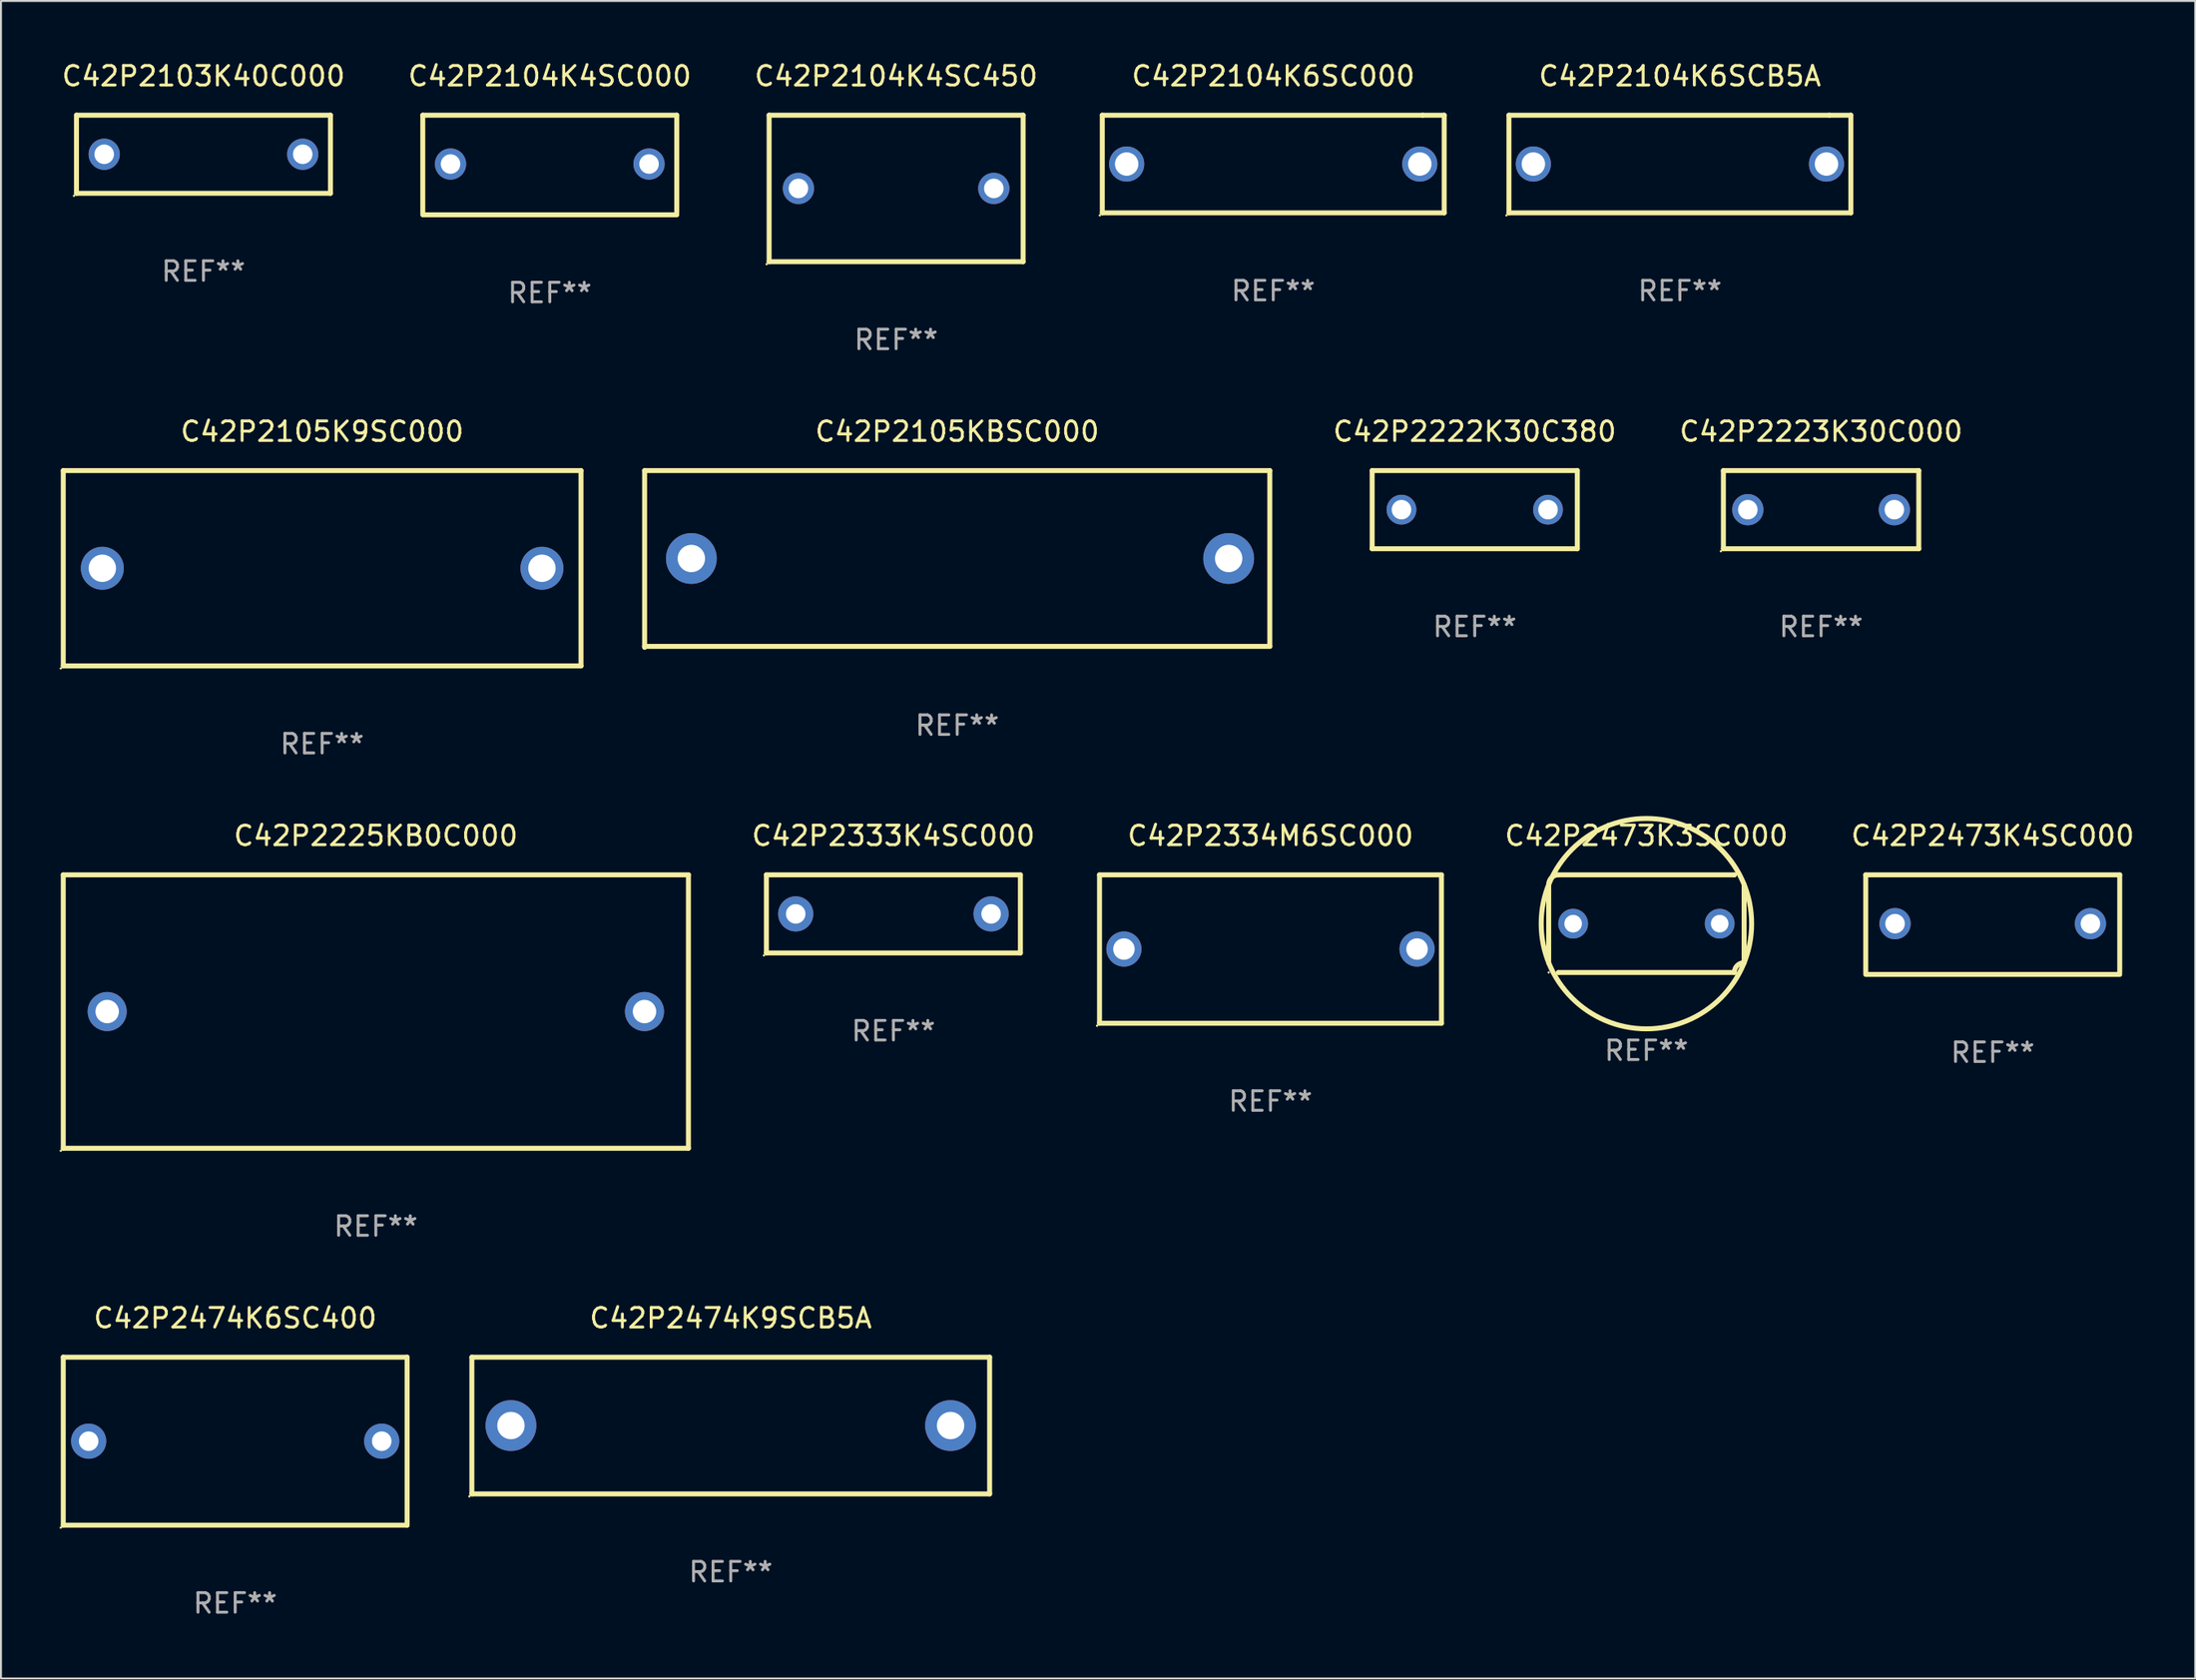
<source format=kicad_pcb>
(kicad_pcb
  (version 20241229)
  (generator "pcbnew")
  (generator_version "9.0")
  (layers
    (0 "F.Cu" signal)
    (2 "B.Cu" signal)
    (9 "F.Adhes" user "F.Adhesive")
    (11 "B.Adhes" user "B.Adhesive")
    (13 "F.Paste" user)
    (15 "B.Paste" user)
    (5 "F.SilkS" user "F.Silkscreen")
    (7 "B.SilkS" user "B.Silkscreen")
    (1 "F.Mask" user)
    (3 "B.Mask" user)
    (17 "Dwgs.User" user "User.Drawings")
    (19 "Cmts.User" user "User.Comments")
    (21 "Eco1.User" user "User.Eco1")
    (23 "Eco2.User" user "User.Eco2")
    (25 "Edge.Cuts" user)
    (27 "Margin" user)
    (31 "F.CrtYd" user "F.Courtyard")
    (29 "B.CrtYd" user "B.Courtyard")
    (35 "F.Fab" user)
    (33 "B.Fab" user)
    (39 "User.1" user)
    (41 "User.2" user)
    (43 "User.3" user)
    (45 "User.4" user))
  (footprint "C42P2334M6SC000"
    (layer "F.Cu")
    (at 61.976 45.541)
    (property "Reference" "C42P2334M6SC000" (at 0 -5.8 0) (layer "F.SilkS") (effects (font (size 1 1) (thickness 0.15))))
    (attr through_hole)
    (fp_line (start -8.75 -3.8) (end 8.75 -3.8) (stroke (width 0.254) (type solid)) (layer "F.SilkS"))
    (fp_line (start -8.75 3.8) (end -8.75 -3.8) (stroke (width 0.254) (type solid)) (layer "F.SilkS"))
    (fp_line (start 8.75 -3.8) (end 8.75 3.8) (stroke (width 0.254) (type solid)) (layer "F.SilkS"))
    (fp_line (start 8.75 3.8) (end -8.75 3.8) (stroke (width 0.254) (type solid)) (layer "F.SilkS"))
    (fp_circle (center -8.877 3.927) (end -8.847 3.927) (stroke (width 0.06) (type solid)) (fill no) (layer "F.SilkS"))
    (fp_text user "REF**" (at 0 7.8 0) (layer "F.Fab") (effects (font (size 1 1) (thickness 0.15))))
    (pad "1" thru_hole circle (at -7.501 0) (size 1.8 1.8) (drill 1.1) (layers "*.Cu" "*.Mask"))
    (pad "2" thru_hole circle (at 7.501 0) (size 1.8 1.8) (drill 1.1) (layers "*.Cu" "*.Mask")))
  (footprint "C42P2223K30C000"
    (layer "F.Cu")
    (at 90.156 23.045)
    (property "Reference" "C42P2223K30C000" (at 0 -4 0) (layer "F.SilkS") (effects (font (size 1 1) (thickness 0.15))))
    (attr through_hole)
    (fp_line (start -5 -2) (end 5 -2) (stroke (width 0.254) (type solid)) (layer "F.SilkS"))
    (fp_line (start -5 2) (end -5 -2) (stroke (width 0.254) (type solid)) (layer "F.SilkS"))
    (fp_line (start 5 -2) (end 5 2) (stroke (width 0.254) (type solid)) (layer "F.SilkS"))
    (fp_line (start 5 2) (end -5 2) (stroke (width 0.254) (type solid)) (layer "F.SilkS"))
    (fp_circle (center -5.127 2.127) (end -5.097 2.127) (stroke (width 0.06) (type solid)) (fill no) (layer "F.SilkS"))
    (fp_text user "REF**" (at 0 6 0) (layer "F.Fab") (effects (font (size 1 1) (thickness 0.15))))
    (pad "1" thru_hole circle (at -3.75 0) (size 1.6 1.6) (drill 1) (layers "*.Cu" "*.Mask"))
    (pad "2" thru_hole circle (at 3.75 0) (size 1.6 1.6) (drill 1) (layers "*.Cu" "*.Mask")))
  (footprint "C42P2105K9SC000"
    (layer "F.Cu")
    (at 13.437 26.045)
    (property "Reference" "C42P2105K9SC000" (at 0 -7 0) (layer "F.SilkS") (effects (font (size 1 1) (thickness 0.15))))
    (attr through_hole)
    (fp_line (start -13.25 -5) (end 13.25 -5) (stroke (width 0.254) (type solid)) (layer "F.SilkS"))
    (fp_line (start -13.25 5) (end -13.25 -5) (stroke (width 0.254) (type solid)) (layer "F.SilkS"))
    (fp_line (start 13.25 -5) (end 13.25 5) (stroke (width 0.254) (type solid)) (layer "F.SilkS"))
    (fp_line (start 13.25 5) (end -13.25 5) (stroke (width 0.254) (type solid)) (layer "F.SilkS"))
    (fp_circle (center -13.377 5.127) (end -13.347 5.127) (stroke (width 0.06) (type solid)) (fill no) (layer "F.SilkS"))
    (fp_text user "REF**" (at 0 9 0) (layer "F.Fab") (effects (font (size 1 1) (thickness 0.15))))
    (pad "1" thru_hole circle (at -11.25 0) (size 2.2 2.2) (drill 1.4) (layers "*.Cu" "*.Mask"))
    (pad "2" thru_hole circle (at 11.25 0) (size 2.2 2.2) (drill 1.4) (layers "*.Cu" "*.Mask")))
  (footprint "C42P2104K4SC450"
    (layer "F.Cu")
    (at 42.815 6.598)
    (property "Reference" "C42P2104K4SC450" (at 0 -5.75 0) (layer "F.SilkS") (effects (font (size 1 1) (thickness 0.15))))
    (attr through_hole)
    (fp_line (start -6.5 -3.75) (end 6.5 -3.75) (stroke (width 0.254) (type solid)) (layer "F.SilkS"))
    (fp_line (start -6.5 3.75) (end -6.5 -3.75) (stroke (width 0.254) (type solid)) (layer "F.SilkS"))
    (fp_line (start 6.5 -3.75) (end 6.5 3.75) (stroke (width 0.254) (type solid)) (layer "F.SilkS"))
    (fp_line (start 6.5 3.75) (end -6.5 3.75) (stroke (width 0.254) (type solid)) (layer "F.SilkS"))
    (fp_circle (center -6.627 3.877) (end -6.597 3.877) (stroke (width 0.06) (type solid)) (fill no) (layer "F.SilkS"))
    (fp_text user "REF**" (at 0 7.75 0) (layer "F.Fab") (effects (font (size 1 1) (thickness 0.15))))
    (pad "1" thru_hole circle (at -5 0) (size 1.6 1.6) (drill 1) (layers "*.Cu" "*.Mask"))
    (pad "2" thru_hole circle (at 5 0) (size 1.6 1.6) (drill 1) (layers "*.Cu" "*.Mask")))
  (footprint "C42P2225KB0C000"
    (layer "F.Cu")
    (at 16.186 48.741)
    (property "Reference" "C42P2225KB0C000" (at 0 -9 0) (layer "F.SilkS") (effects (font (size 1 1) (thickness 0.15))))
    (attr through_hole)
    (fp_line (start -15.999 -7) (end -15.999 7) (stroke (width 0.254) (type solid)) (layer "F.SilkS"))
    (fp_line (start -15.999 -7) (end 15.999 -7) (stroke (width 0.254) (type solid)) (layer "F.SilkS"))
    (fp_line (start 15.999 -7) (end 15.999 7) (stroke (width 0.254) (type solid)) (layer "F.SilkS"))
    (fp_line (start 15.999 7) (end -15.999 7) (stroke (width 0.254) (type solid)) (layer "F.SilkS"))
    (fp_circle (center -16.126 7.127) (end -16.096 7.127) (stroke (width 0.06) (type solid)) (fill no) (layer "F.SilkS"))
    (fp_text user "REF**" (at 0 11 0) (layer "F.Fab") (effects (font (size 1 1) (thickness 0.15))))
    (pad "1" thru_hole circle (at -13.75 0) (size 2 2) (drill 1.2) (layers "*.Cu" "*.Mask"))
    (pad "2" thru_hole circle (at 13.75 0) (size 2 2) (drill 1.2) (layers "*.Cu" "*.Mask")))
  (footprint "C42P2104K4SC000"
    (layer "F.Cu")
    (at 25.089 5.398)
    (property "Reference" "C42P2104K4SC000" (at 0 -4.55 0) (layer "F.SilkS") (effects (font (size 1 1) (thickness 0.15))))
    (attr through_hole)
    (fp_line (start -6.5 -2.55) (end 6.5 -2.55) (stroke (width 0.254) (type solid)) (layer "F.SilkS"))
    (fp_line (start -6.5 2.45) (end -6.5 -2.55) (stroke (width 0.254) (type solid)) (layer "F.SilkS"))
    (fp_line (start 6.5 -2.55) (end 6.5 2.45) (stroke (width 0.254) (type solid)) (layer "F.SilkS"))
    (fp_line (start 6.5 2.55) (end -6.5 2.55) (stroke (width 0.254) (type solid)) (layer "F.SilkS"))
    (fp_circle (center -6.5 2.45) (end -6.47 2.45) (stroke (width 0.06) (type solid)) (fill no) (layer "F.SilkS"))
    (fp_text user "REF**" (at 0 6.55 0) (layer "F.Fab") (effects (font (size 1 1) (thickness 0.15))))
    (pad "1" thru_hole circle (at -5.08 -0.05) (size 1.6 1.6) (drill 1) (layers "*.Cu" "*.Mask"))
    (pad "2" thru_hole circle (at 5.08 -0.05) (size 1.6 1.6) (drill 1) (layers "*.Cu" "*.Mask")))
  (footprint "C42P2474K9SCB5A"
    (layer "F.Cu")
    (at 34.351 69.938)
    (property "Reference" "C42P2474K9SCB5A" (at 0 -5.5 0) (layer "F.SilkS") (effects (font (size 1 1) (thickness 0.15))))
    (attr through_hole)
    (fp_line (start -13.25 -3.5) (end 13.25 -3.5) (stroke (width 0.254) (type solid)) (layer "F.SilkS"))
    (fp_line (start -13.25 3.5) (end -13.25 -3.5) (stroke (width 0.254) (type solid)) (layer "F.SilkS"))
    (fp_line (start 13.25 -3.5) (end 13.25 3.5) (stroke (width 0.254) (type solid)) (layer "F.SilkS"))
    (fp_line (start 13.25 3.5) (end -13.25 3.5) (stroke (width 0.254) (type solid)) (layer "F.SilkS"))
    (fp_circle (center -13.377 3.627) (end -13.347 3.627) (stroke (width 0.06) (type solid)) (fill no) (layer "F.SilkS"))
    (fp_text user "REF**" (at 0 7.5 0) (layer "F.Fab") (effects (font (size 1 1) (thickness 0.15))))
    (pad "1" thru_hole circle (at -11.25 0) (size 2.6 2.6) (drill 1.4) (layers "*.Cu" "*.Mask"))
    (pad "2" thru_hole circle (at 11.25 0) (size 2.6 2.6) (drill 1.4) (layers "*.Cu" "*.Mask")))
  (footprint "C42P2333K4SC000"
    (layer "F.Cu")
    (at 42.676 43.741)
    (property "Reference" "C42P2333K4SC000" (at 0 -4 0) (layer "F.SilkS") (effects (font (size 1 1) (thickness 0.15))))
    (attr through_hole)
    (fp_line (start -6.5 -2) (end 6.5 -2) (stroke (width 0.254) (type solid)) (layer "F.SilkS"))
    (fp_line (start -6.5 2) (end -6.5 -2) (stroke (width 0.254) (type solid)) (layer "F.SilkS"))
    (fp_line (start 6.5 -2) (end 6.5 2) (stroke (width 0.254) (type solid)) (layer "F.SilkS"))
    (fp_line (start 6.5 2) (end -6.5 2) (stroke (width 0.254) (type solid)) (layer "F.SilkS"))
    (fp_circle (center -6.627 2.127) (end -6.597 2.127) (stroke (width 0.06) (type solid)) (fill no) (layer "F.SilkS"))
    (fp_text user "REF**" (at 0 6 0) (layer "F.Fab") (effects (font (size 1 1) (thickness 0.15))))
    (pad "1" thru_hole circle (at -5 0) (size 1.8 1.8) (drill 1) (layers "*.Cu" "*.Mask"))
    (pad "2" thru_hole circle (at 5 0) (size 1.8 1.8) (drill 1) (layers "*.Cu" "*.Mask")))
  (footprint "C42P2474K6SC400"
    (layer "F.Cu")
    (at 8.987 70.738)
    (property "Reference" "C42P2474K6SC400" (at 0 -6.3 0) (layer "F.SilkS") (effects (font (size 1 1) (thickness 0.15))))
    (attr through_hole)
    (fp_line (start -8.8 -4.3) (end -8.8 4.3) (stroke (width 0.254) (type solid)) (layer "F.SilkS"))
    (fp_line (start -8.8 -4.3) (end 8.8 -4.3) (stroke (width 0.254) (type solid)) (layer "F.SilkS"))
    (fp_line (start -8.8 4.3) (end 8.8 4.3) (stroke (width 0.254) (type solid)) (layer "F.SilkS"))
    (fp_line (start 8.8 -4.3) (end 8.8 4.3) (stroke (width 0.254) (type solid)) (layer "F.SilkS"))
    (fp_circle (center -8.927 4.427) (end -8.897 4.427) (stroke (width 0.06) (type solid)) (fill no) (layer "F.SilkS"))
    (fp_text user "REF**" (at 0 8.3 0) (layer "F.Fab") (effects (font (size 1 1) (thickness 0.15))))
    (pad "1" thru_hole circle (at -7.5 0) (size 1.8 1.8) (drill 1) (layers "*.Cu" "*.Mask"))
    (pad "2" thru_hole circle (at 7.5 0) (size 1.8 1.8) (drill 1) (layers "*.Cu" "*.Mask")))
  (footprint "C42P2222K30C380"
    (layer "F.Cu")
    (at 72.43 23.045)
    (property "Reference" "C42P2222K30C380" (at 0 -4 0) (layer "F.SilkS") (effects (font (size 1 1) (thickness 0.15))))
    (attr through_hole)
    (fp_line (start -5.25 -2) (end 5.25 -2) (stroke (width 0.254) (type solid)) (layer "F.SilkS"))
    (fp_line (start -5.25 2) (end -5.25 -2) (stroke (width 0.254) (type solid)) (layer "F.SilkS"))
    (fp_line (start 5.25 -2) (end 5.25 2) (stroke (width 0.254) (type solid)) (layer "F.SilkS"))
    (fp_line (start 5.25 2) (end -5.25 2) (stroke (width 0.254) (type solid)) (layer "F.SilkS"))
    (fp_circle (center -5.25 2) (end -5.22 2) (stroke (width 0.06) (type solid)) (fill no) (layer "F.SilkS"))
    (fp_text user "REF**" (at 0 6 0) (layer "F.Fab") (effects (font (size 1 1) (thickness 0.15))))
    (pad "1" thru_hole circle (at -3.75 0) (size 1.524 1.524) (drill 1) (layers "*.Cu" "*.Mask"))
    (pad "2" thru_hole circle (at 3.75 0) (size 1.524 1.524) (drill 1) (layers "*.Cu" "*.Mask")))
  (footprint "C42P2104K6SC000"
    (layer "F.Cu")
    (at 62.116 5.348)
    (property "Reference" "C42P2104K6SC000" (at 0 -4.5 0) (layer "F.SilkS") (effects (font (size 1 1) (thickness 0.15))))
    (attr through_hole)
    (fp_line (start -8.75 -2.499) (end 7.653 -2.499) (stroke (width 0.254) (type solid)) (layer "F.SilkS"))
    (fp_line (start -8.75 2.5) (end -8.75 -2.5) (stroke (width 0.254) (type solid)) (layer "F.SilkS"))
    (fp_line (start 7.653 -2.499) (end 8.75 -2.499) (stroke (width 0.254) (type solid)) (layer "F.SilkS"))
    (fp_line (start 8.75 -2.5) (end 8.75 2.5) (stroke (width 0.254) (type solid)) (layer "F.SilkS"))
    (fp_line (start 8.75 2.5) (end -8.75 2.5) (stroke (width 0.254) (type solid)) (layer "F.SilkS"))
    (fp_circle (center -8.877 2.627) (end -8.847 2.627) (stroke (width 0.06) (type solid)) (fill no) (layer "F.SilkS"))
    (fp_text user "REF**" (at 0 6.5 0) (layer "F.Fab") (effects (font (size 1 1) (thickness 0.15))))
    (pad "1" thru_hole circle (at -7.501 0) (size 1.8 1.8) (drill 1.2) (layers "*.Cu" "*.Mask"))
    (pad "2" thru_hole circle (at 7.501 0) (size 1.8 1.8) (drill 1.2) (layers "*.Cu" "*.Mask")))
  (footprint "C42P2103K40C000"
    (layer "F.Cu")
    (at 7.363 4.848)
    (property "Reference" "C42P2103K40C000" (at 0 -4 0) (layer "F.SilkS") (effects (font (size 1 1) (thickness 0.15))))
    (attr through_hole)
    (fp_line (start -6.5 -2) (end 6.5 -2) (stroke (width 0.254) (type solid)) (layer "F.SilkS"))
    (fp_line (start -6.5 2) (end -6.5 -2) (stroke (width 0.254) (type solid)) (layer "F.SilkS"))
    (fp_line (start 6.5 -2) (end 6.5 2) (stroke (width 0.254) (type solid)) (layer "F.SilkS"))
    (fp_line (start 6.5 2) (end -6.5 2) (stroke (width 0.254) (type solid)) (layer "F.SilkS"))
    (fp_circle (center -6.627 2.127) (end -6.597 2.127) (stroke (width 0.06) (type solid)) (fill no) (layer "F.SilkS"))
    (fp_text user "REF**" (at 0 6 0) (layer "F.Fab") (effects (font (size 1 1) (thickness 0.15))))
    (pad "1" thru_hole circle (at -5.08 0) (size 1.6 1.6) (drill 1) (layers "*.Cu" "*.Mask"))
    (pad "2" thru_hole circle (at 5.08 0) (size 1.6 1.6) (drill 1) (layers "*.Cu" "*.Mask")))
  (footprint "C42P2105KBSC000"
    (layer "F.Cu")
    (at 45.941 25.57)
    (property "Reference" "C42P2105KBSC000" (at 0 -6.525 0) (layer "F.SilkS") (effects (font (size 1 1) (thickness 0.15))))
    (attr through_hole)
    (fp_line (start -15.999 -4.525) (end -15.999 4.525) (stroke (width 0.254) (type solid)) (layer "F.SilkS"))
    (fp_line (start -15.999 -4.525) (end 15.999 -4.525) (stroke (width 0.254) (type solid)) (layer "F.SilkS"))
    (fp_line (start 15.999 -4.525) (end 15.999 4.475) (stroke (width 0.254) (type solid)) (layer "F.SilkS"))
    (fp_line (start 15.999 4.475) (end -15.999 4.475) (stroke (width 0.254) (type solid)) (layer "F.SilkS"))
    (fp_circle (center -15.983 4.475) (end -15.953 4.475) (stroke (width 0.06) (type solid)) (fill no) (layer "F.SilkS"))
    (fp_text user "REF**" (at 0 8.525 0) (layer "F.Fab") (effects (font (size 1 1) (thickness 0.15))))
    (pad "1" thru_hole circle (at -13.606 -0.025) (size 2.6 2.6) (drill 1.4) (layers "*.Cu" "*.Mask"))
    (pad "2" thru_hole circle (at 13.894 -0.025) (size 2.6 2.6) (drill 1.4) (layers "*.Cu" "*.Mask")))
  (footprint "C42P2473K4SC000"
    (layer "F.Cu")
    (at 98.942 44.291)
    (property "Reference" "C42P2473K4SC000" (at 0 -4.55 0) (layer "F.SilkS") (effects (font (size 1 1) (thickness 0.15))))
    (attr through_hole)
    (fp_line (start -6.5 -2.55) (end 6.5 -2.55) (stroke (width 0.254) (type solid)) (layer "F.SilkS"))
    (fp_line (start -6.5 2.45) (end -6.5 -2.55) (stroke (width 0.254) (type solid)) (layer "F.SilkS"))
    (fp_line (start 6.5 -2.55) (end 6.5 2.45) (stroke (width 0.254) (type solid)) (layer "F.SilkS"))
    (fp_line (start 6.5 2.55) (end -6.5 2.55) (stroke (width 0.254) (type solid)) (layer "F.SilkS"))
    (fp_circle (center -6.5 2.45) (end -6.47 2.45) (stroke (width 0.06) (type solid)) (fill no) (layer "F.SilkS"))
    (fp_text user "REF**" (at 0 6.55 0) (layer "F.Fab") (effects (font (size 1 1) (thickness 0.15))))
    (pad "1" thru_hole circle (at -5 -0.05) (size 1.6 1.6) (drill 1) (layers "*.Cu" "*.Mask"))
    (pad "2" thru_hole circle (at 5 -0.05) (size 1.6 1.6) (drill 1) (layers "*.Cu" "*.Mask")))
  (footprint "C42P2104K6SCB5A"
    (layer "F.Cu")
    (at 82.931 5.348)
    (property "Reference" "C42P2104K6SCB5A" (at 0 -4.5 0) (layer "F.SilkS") (effects (font (size 1 1) (thickness 0.15))))
    (attr through_hole)
    (fp_line (start -8.75 -2.499) (end 7.653 -2.499) (stroke (width 0.254) (type solid)) (layer "F.SilkS"))
    (fp_line (start -8.75 2.5) (end -8.75 -2.5) (stroke (width 0.254) (type solid)) (layer "F.SilkS"))
    (fp_line (start 7.653 -2.499) (end 8.75 -2.499) (stroke (width 0.254) (type solid)) (layer "F.SilkS"))
    (fp_line (start 8.75 -2.5) (end 8.75 2.5) (stroke (width 0.254) (type solid)) (layer "F.SilkS"))
    (fp_line (start 8.75 2.5) (end -8.75 2.5) (stroke (width 0.254) (type solid)) (layer "F.SilkS"))
    (fp_circle (center -8.877 2.627) (end -8.847 2.627) (stroke (width 0.06) (type solid)) (fill no) (layer "F.SilkS"))
    (fp_text user "REF**" (at 0 6.5 0) (layer "F.Fab") (effects (font (size 1 1) (thickness 0.15))))
    (pad "1" thru_hole circle (at -7.501 0) (size 1.8 1.8) (drill 1.2) (layers "*.Cu" "*.Mask"))
    (pad "2" thru_hole circle (at 7.501 0) (size 1.8 1.8) (drill 1.2) (layers "*.Cu" "*.Mask")))
  (footprint "C42P2473K3SC000"
    (layer "F.Cu")
    (at 81.216 44.241)
    (property "Reference" "C42P2473K3SC000" (at 0 -4.5 0) (layer "F.SilkS") (effects (font (size 1 1) (thickness 0.15))))
    (attr through_hole)
    (fp_line (start -5 2) (end -5 -2) (stroke (width 0.254) (type solid)) (layer "F.SilkS"))
    (fp_line (start -4.5 -2.5) (end 4.5 -2.5) (stroke (width 0.254) (type solid)) (layer "F.SilkS"))
    (fp_line (start -4.5 2.5) (end -4.5 2.5) (stroke (width 0.254) (type solid)) (layer "F.SilkS"))
    (fp_line (start 4.5 -2.5) (end 4.5 -2.5) (stroke (width 0.254) (type solid)) (layer "F.SilkS"))
    (fp_line (start 4.5 2.5) (end -4.5 2.5) (stroke (width 0.254) (type solid)) (layer "F.SilkS"))
    (fp_line (start 5 -2) (end 5 2) (stroke (width 0.254) (type solid)) (layer "F.SilkS"))
    (fp_arc (start -5.000052 -2.000038) (mid -4.8536 -2.353579) (end -4.500051 -2.500013) (stroke (width 0.254001) (type solid)) (layer "F.SilkS"))
    (fp_arc (start -5 2.000013) (mid 4.999978 -1.999991) (end -5 2.000013) (stroke (width 0.254001) (type solid)) (layer "F.SilkS"))
    (fp_arc (start 4.500051 2.499987) (mid 4.646507 2.14645) (end 5.000052 2.000013) (stroke (width 0.254001) (type solid)) (layer "F.SilkS"))
    (fp_circle (center -5 2.5) (end -4.97 2.5) (stroke (width 0.06) (type solid)) (fill no) (layer "F.SilkS"))
    (fp_text user "REF**" (at 0 6.5 0) (layer "F.Fab") (effects (font (size 1 1) (thickness 0.15))))
    (pad "1" thru_hole circle (at -3.75 -0.000013) (size 1.524 1.524) (drill 0.9) (layers "*.Cu" "*.Mask"))
    (pad "2" thru_hole circle (at 3.75 -0.000013) (size 1.524 1.524) (drill 0.9) (layers "*.Cu" "*.Mask")))
  (gr_rect
    (start -3 -3)
    (end 109.306 82.886)
    (stroke (width 0.1) (type default))
    (fill no)
    (layer "Edge.Cuts")))
</source>
